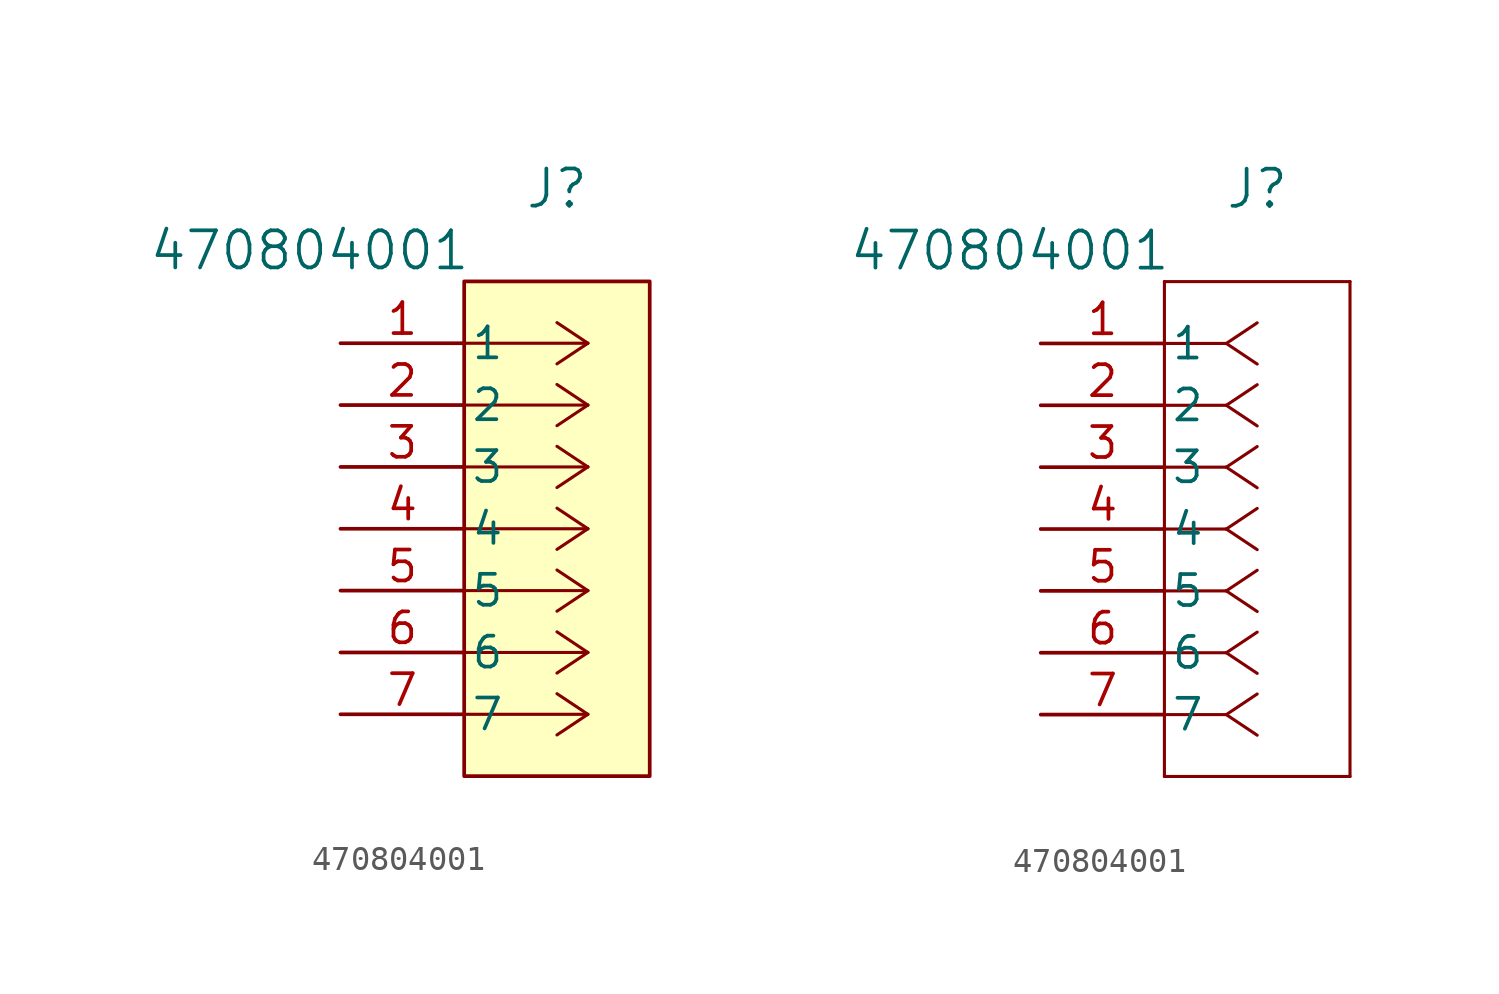
<source format=kicad_sym>
(kicad_symbol_lib
  (version 20220914)
  (generator kicad_symbol_editor)
  (symbol "470804001"
    (pin_names
      (offset 0.254))
    (property "Reference" "J"
      (at 8.89 6.35 0)
      (effects (font (size 1.524 1.524))))
    (property "Value" "470804001"
      (at -1.27 3.81 0)
      (effects (font (size 1.524 1.524))))
    (property "ki_locked" ""
      (at 0 0 0)
      (effects (font (size 1.27 1.27))))
    (symbol "470804001_1_1"
      (polyline (pts (xy 10.16 -15.24) (xy 5.08 -15.24)) (stroke (width 0.127) (type default)) (fill (type none)))
      (polyline (pts (xy 10.16 -15.24) (xy 8.89 -16.087)) (stroke (width 0.127) (type default)) (fill (type none)))
      (polyline (pts (xy 10.16 -15.24) (xy 8.89 -14.393)) (stroke (width 0.127) (type default)) (fill (type none)))
      (polyline (pts (xy 10.16 -12.7) (xy 5.08 -12.7)) (stroke (width 0.127) (type default)) (fill (type none)))
      (polyline (pts (xy 10.16 -12.7) (xy 8.89 -13.547)) (stroke (width 0.127) (type default)) (fill (type none)))
      (polyline (pts (xy 10.16 -12.7) (xy 8.89 -11.853)) (stroke (width 0.127) (type default)) (fill (type none)))
      (polyline (pts (xy 10.16 -10.16) (xy 5.08 -10.16)) (stroke (width 0.127) (type default)) (fill (type none)))
      (polyline (pts (xy 10.16 -10.16) (xy 8.89 -11.007)) (stroke (width 0.127) (type default)) (fill (type none)))
      (polyline (pts (xy 10.16 -10.16) (xy 8.89 -9.313)) (stroke (width 0.127) (type default)) (fill (type none)))
      (polyline (pts (xy 10.16 -7.62) (xy 5.08 -7.62)) (stroke (width 0.127) (type default)) (fill (type none)))
      (polyline (pts (xy 10.16 -7.62) (xy 8.89 -8.467)) (stroke (width 0.127) (type default)) (fill (type none)))
      (polyline (pts (xy 10.16 -7.62) (xy 8.89 -6.773)) (stroke (width 0.127) (type default)) (fill (type none)))
      (polyline (pts (xy 10.16 -5.08) (xy 5.08 -5.08)) (stroke (width 0.127) (type default)) (fill (type none)))
      (polyline (pts (xy 10.16 -5.08) (xy 8.89 -5.927)) (stroke (width 0.127) (type default)) (fill (type none)))
      (polyline (pts (xy 10.16 -5.08) (xy 8.89 -4.233)) (stroke (width 0.127) (type default)) (fill (type none)))
      (polyline (pts (xy 10.16 -2.54) (xy 5.08 -2.54)) (stroke (width 0.127) (type default)) (fill (type none)))
      (polyline (pts (xy 10.16 -2.54) (xy 8.89 -3.387)) (stroke (width 0.127) (type default)) (fill (type none)))
      (polyline (pts (xy 10.16 -2.54) (xy 8.89 -1.693)) (stroke (width 0.127) (type default)) (fill (type none)))
      (polyline (pts (xy 10.16 0) (xy 5.08 0)) (stroke (width 0.127) (type default)) (fill (type none)))
      (polyline (pts (xy 10.16 0) (xy 8.89 -0.847)) (stroke (width 0.127) (type default)) (fill (type none)))
      (polyline (pts (xy 10.16 0) (xy 8.89 0.847)) (stroke (width 0.127) (type default)) (fill (type none)))
      (rectangle (start 5.08 2.54) (end 12.7 -17.78) (stroke (width 0) (type default)) (fill (type background)))
      (pin passive line (at 0 0 0) (length 5.08) (name "1" (effects (font (size 1.27 1.27)))) (number "1" (effects (font (size 1.27 1.27)))))
      (pin passive line (at 0 -2.54 0) (length 5.08) (name "2" (effects (font (size 1.27 1.27)))) (number "2" (effects (font (size 1.27 1.27)))))
      (pin passive line (at 0 -5.08 0) (length 5.08) (name "3" (effects (font (size 1.27 1.27)))) (number "3" (effects (font (size 1.27 1.27)))))
      (pin passive line (at 0 -7.62 0) (length 5.08) (name "4" (effects (font (size 1.27 1.27)))) (number "4" (effects (font (size 1.27 1.27)))))
      (pin passive line (at 0 -10.16 0) (length 5.08) (name "5" (effects (font (size 1.27 1.27)))) (number "5" (effects (font (size 1.27 1.27)))))
      (pin passive line (at 0 -12.7 0) (length 5.08) (name "6" (effects (font (size 1.27 1.27)))) (number "6" (effects (font (size 1.27 1.27)))))
      (pin passive line (at 0 -15.24 0) (length 5.08) (name "7" (effects (font (size 1.27 1.27)))) (number "7" (effects (font (size 1.27 1.27))))))
    (symbol "470804001_1_2"
      (polyline (pts (xy 5.08 -17.78) (xy 12.7 -17.78)) (stroke (width 0.127) (type default)) (fill (type none)))
      (polyline (pts (xy 5.08 2.54) (xy 5.08 -17.78)) (stroke (width 0.127) (type default)) (fill (type none)))
      (polyline (pts (xy 7.62 -15.24) (xy 5.08 -15.24)) (stroke (width 0.127) (type default)) (fill (type none)))
      (polyline (pts (xy 7.62 -15.24) (xy 8.89 -16.087)) (stroke (width 0.127) (type default)) (fill (type none)))
      (polyline (pts (xy 7.62 -15.24) (xy 8.89 -14.393)) (stroke (width 0.127) (type default)) (fill (type none)))
      (polyline (pts (xy 7.62 -12.7) (xy 5.08 -12.7)) (stroke (width 0.127) (type default)) (fill (type none)))
      (polyline (pts (xy 7.62 -12.7) (xy 8.89 -13.547)) (stroke (width 0.127) (type default)) (fill (type none)))
      (polyline (pts (xy 7.62 -12.7) (xy 8.89 -11.853)) (stroke (width 0.127) (type default)) (fill (type none)))
      (polyline (pts (xy 7.62 -10.16) (xy 5.08 -10.16)) (stroke (width 0.127) (type default)) (fill (type none)))
      (polyline (pts (xy 7.62 -10.16) (xy 8.89 -11.007)) (stroke (width 0.127) (type default)) (fill (type none)))
      (polyline (pts (xy 7.62 -10.16) (xy 8.89 -9.313)) (stroke (width 0.127) (type default)) (fill (type none)))
      (polyline (pts (xy 7.62 -7.62) (xy 5.08 -7.62)) (stroke (width 0.127) (type default)) (fill (type none)))
      (polyline (pts (xy 7.62 -7.62) (xy 8.89 -8.467)) (stroke (width 0.127) (type default)) (fill (type none)))
      (polyline (pts (xy 7.62 -7.62) (xy 8.89 -6.773)) (stroke (width 0.127) (type default)) (fill (type none)))
      (polyline (pts (xy 7.62 -5.08) (xy 5.08 -5.08)) (stroke (width 0.127) (type default)) (fill (type none)))
      (polyline (pts (xy 7.62 -5.08) (xy 8.89 -5.927)) (stroke (width 0.127) (type default)) (fill (type none)))
      (polyline (pts (xy 7.62 -5.08) (xy 8.89 -4.233)) (stroke (width 0.127) (type default)) (fill (type none)))
      (polyline (pts (xy 7.62 -2.54) (xy 5.08 -2.54)) (stroke (width 0.127) (type default)) (fill (type none)))
      (polyline (pts (xy 7.62 -2.54) (xy 8.89 -3.387)) (stroke (width 0.127) (type default)) (fill (type none)))
      (polyline (pts (xy 7.62 -2.54) (xy 8.89 -1.693)) (stroke (width 0.127) (type default)) (fill (type none)))
      (polyline (pts (xy 7.62 0) (xy 5.08 0)) (stroke (width 0.127) (type default)) (fill (type none)))
      (polyline (pts (xy 7.62 0) (xy 8.89 -0.847)) (stroke (width 0.127) (type default)) (fill (type none)))
      (polyline (pts (xy 7.62 0) (xy 8.89 0.847)) (stroke (width 0.127) (type default)) (fill (type none)))
      (polyline (pts (xy 12.7 -17.78) (xy 12.7 2.54)) (stroke (width 0.127) (type default)) (fill (type none)))
      (polyline (pts (xy 12.7 2.54) (xy 5.08 2.54)) (stroke (width 0.127) (type default)) (fill (type none)))
      (pin unspecified line (at 0 0 0) (length 5.08) (name "1" (effects (font (size 1.27 1.27)))) (number "1" (effects (font (size 1.27 1.27)))))
      (pin unspecified line (at 0 -2.54 0) (length 5.08) (name "2" (effects (font (size 1.27 1.27)))) (number "2" (effects (font (size 1.27 1.27)))))
      (pin unspecified line (at 0 -5.08 0) (length 5.08) (name "3" (effects (font (size 1.27 1.27)))) (number "3" (effects (font (size 1.27 1.27)))))
      (pin unspecified line (at 0 -7.62 0) (length 5.08) (name "4" (effects (font (size 1.27 1.27)))) (number "4" (effects (font (size 1.27 1.27)))))
      (pin unspecified line (at 0 -10.16 0) (length 5.08) (name "5" (effects (font (size 1.27 1.27)))) (number "5" (effects (font (size 1.27 1.27)))))
      (pin unspecified line (at 0 -12.7 0) (length 5.08) (name "6" (effects (font (size 1.27 1.27)))) (number "6" (effects (font (size 1.27 1.27)))))
      (pin unspecified line (at 0 -15.24 0) (length 5.08) (name "7" (effects (font (size 1.27 1.27)))) (number "7" (effects (font (size 1.27 1.27))))))))
</source>
